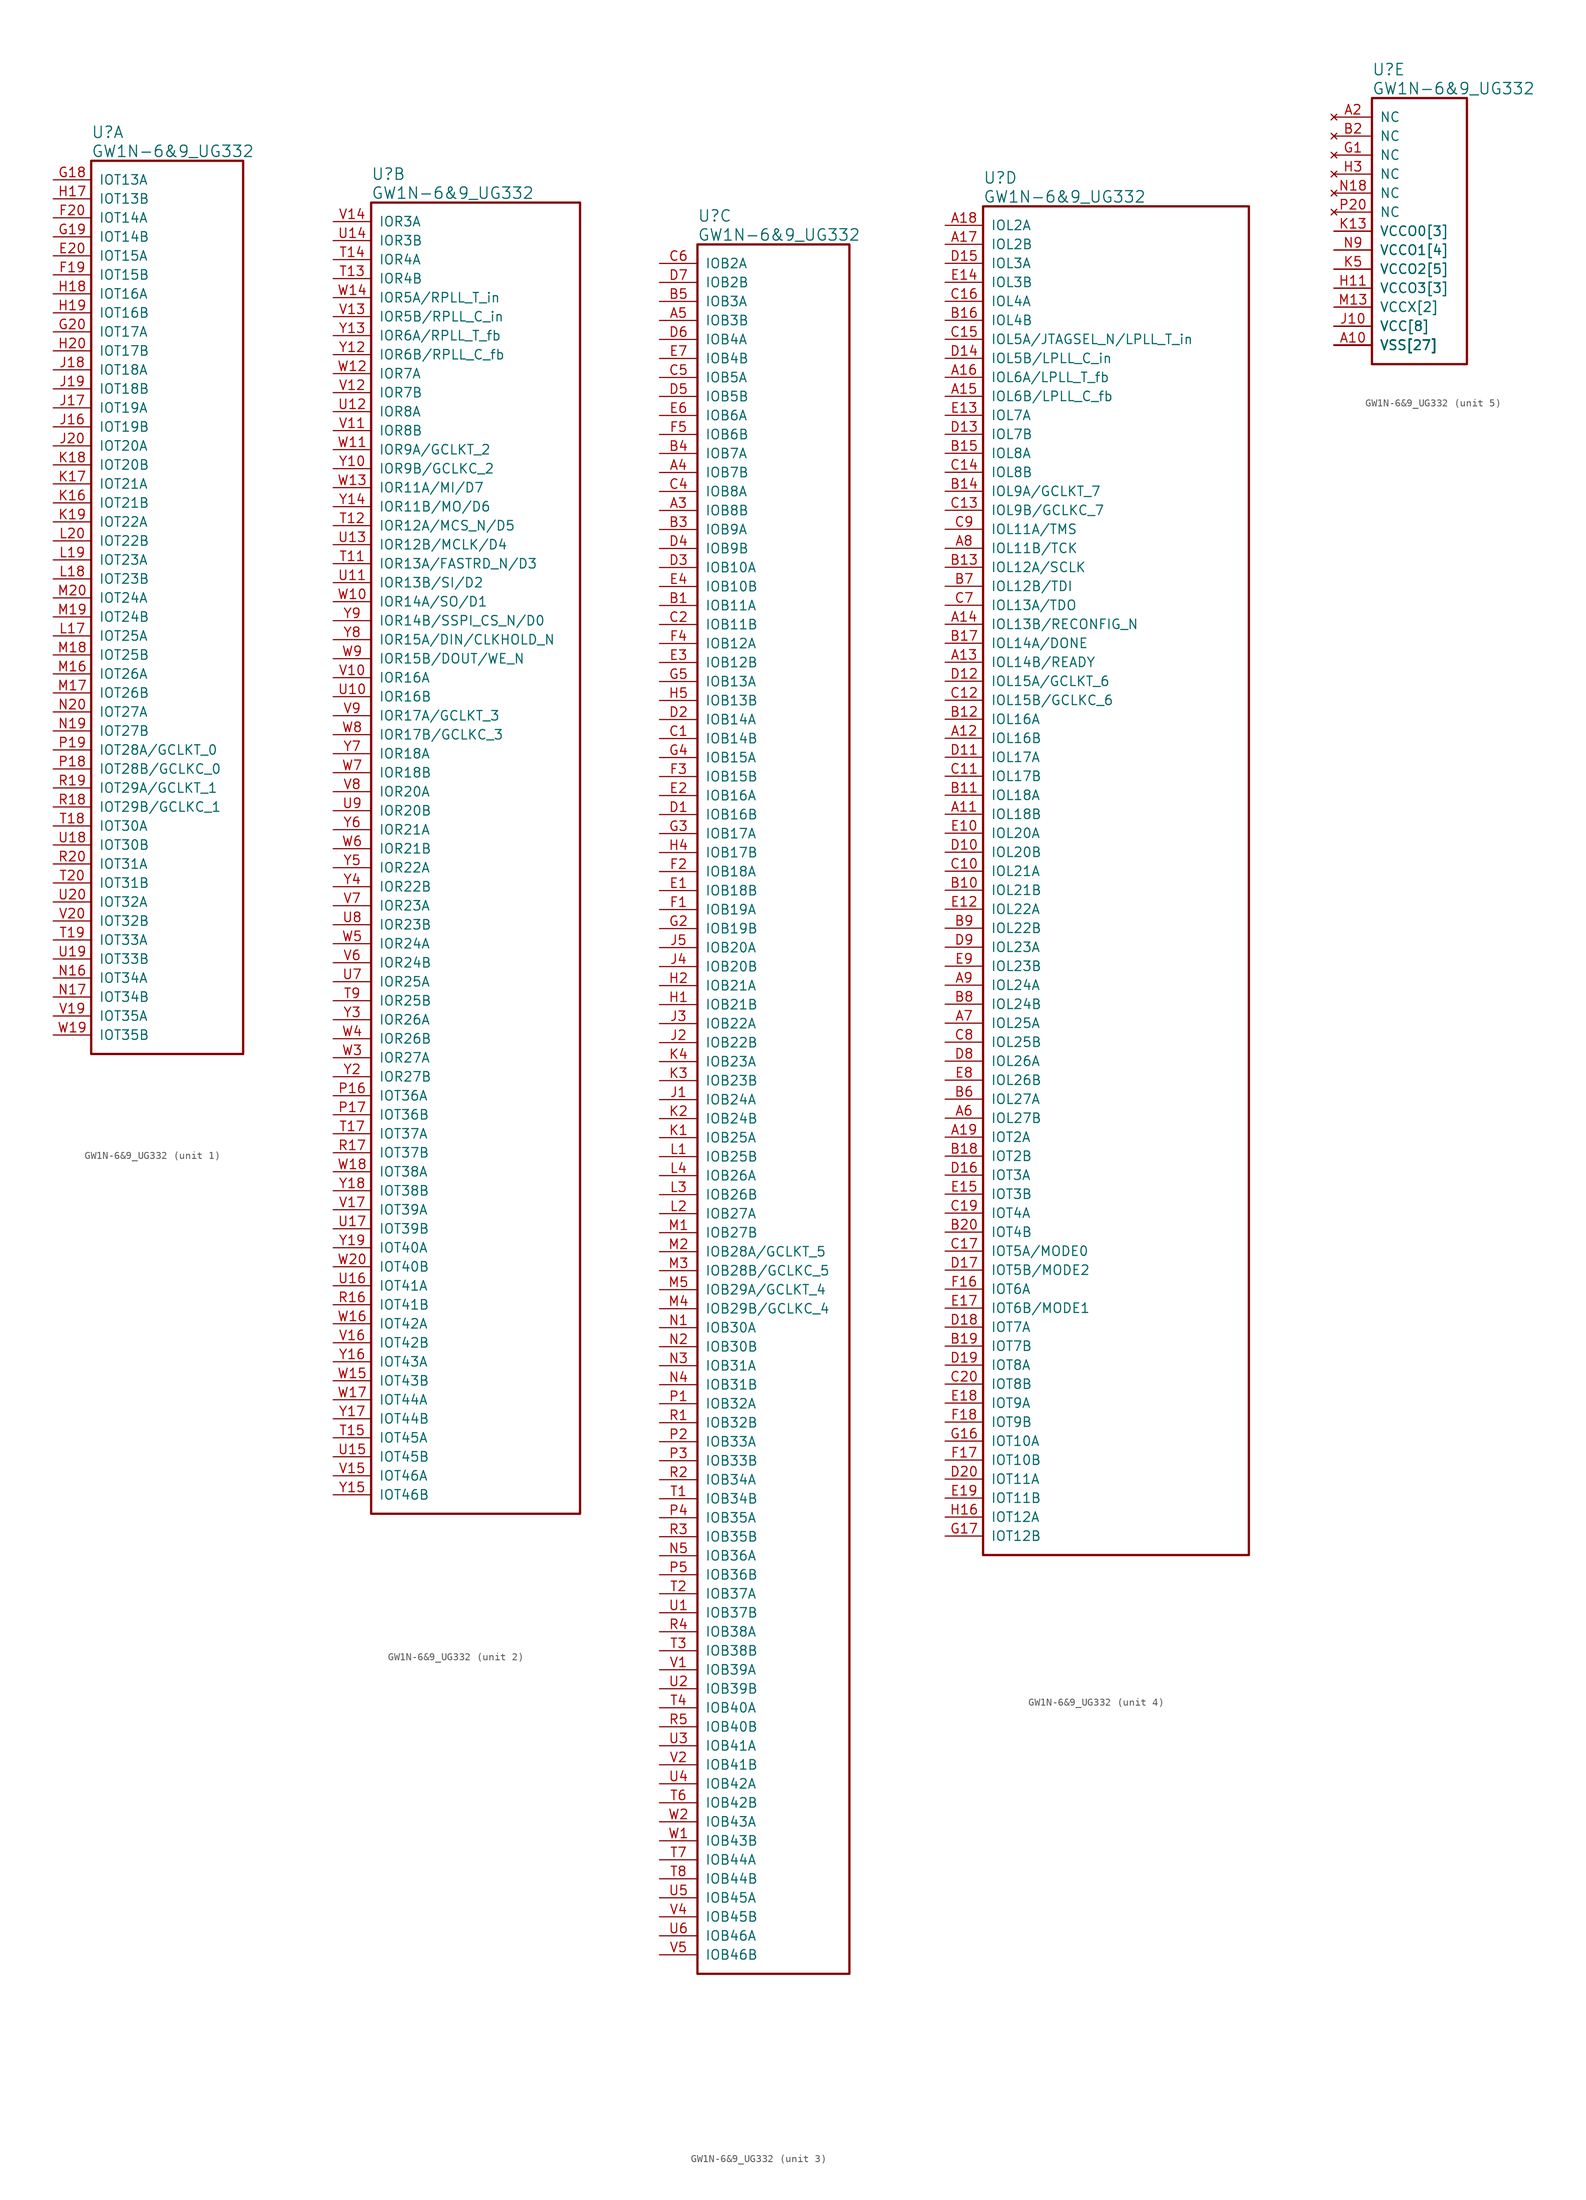
<source format=kicad_sym>
(kicad_symbol_lib
  (version 20220914)
  (generator kicad_symbol_editor)
  (symbol "GW1N-6&9_UG332"
    (pin_names
      (offset 1.016))
    (property "Reference" "U"
      (at 5.08 6.35 0)
      (effects (font (size 1.524 1.524)) (justify left)))
    (property "Value" "GW1N-6&9_UG332"
      (at 5.08 3.81 0)
      (effects (font (size 1.524 1.524)) (justify left)))
    (property "ki_locked" ""
      (at 0 0 0)
      (effects (font (size 1.27 1.27))))
    (symbol "GW1N-6&9_UG332_1_1"
      (rectangle (start 5.08 2.54) (end 25.4 -116.84) (stroke (width 0.305) (type solid)) (fill (type none)))
      (pin bidirectional line (at 0 -10.16 0) (length 5.08) (name "IOT15A" (effects (font (size 1.27 1.27)))) (number "E20" (effects (font (size 1.27 1.27)))))
      (pin bidirectional line (at 0 -12.7 0) (length 5.08) (name "IOT15B" (effects (font (size 1.27 1.27)))) (number "F19" (effects (font (size 1.27 1.27)))))
      (pin bidirectional line (at 0 -5.08 0) (length 5.08) (name "IOT14A" (effects (font (size 1.27 1.27)))) (number "F20" (effects (font (size 1.27 1.27)))))
      (pin bidirectional line (at 0 0 0) (length 5.08) (name "IOT13A" (effects (font (size 1.27 1.27)))) (number "G18" (effects (font (size 1.27 1.27)))))
      (pin bidirectional line (at 0 -7.62 0) (length 5.08) (name "IOT14B" (effects (font (size 1.27 1.27)))) (number "G19" (effects (font (size 1.27 1.27)))))
      (pin bidirectional line (at 0 -20.32 0) (length 5.08) (name "IOT17A" (effects (font (size 1.27 1.27)))) (number "G20" (effects (font (size 1.27 1.27)))))
      (pin bidirectional line (at 0 -2.54 0) (length 5.08) (name "IOT13B" (effects (font (size 1.27 1.27)))) (number "H17" (effects (font (size 1.27 1.27)))))
      (pin bidirectional line (at 0 -15.24 0) (length 5.08) (name "IOT16A" (effects (font (size 1.27 1.27)))) (number "H18" (effects (font (size 1.27 1.27)))))
      (pin bidirectional line (at 0 -17.78 0) (length 5.08) (name "IOT16B" (effects (font (size 1.27 1.27)))) (number "H19" (effects (font (size 1.27 1.27)))))
      (pin bidirectional line (at 0 -22.86 0) (length 5.08) (name "IOT17B" (effects (font (size 1.27 1.27)))) (number "H20" (effects (font (size 1.27 1.27)))))
      (pin bidirectional line (at 0 -33.02 0) (length 5.08) (name "IOT19B" (effects (font (size 1.27 1.27)))) (number "J16" (effects (font (size 1.27 1.27)))))
      (pin bidirectional line (at 0 -30.48 0) (length 5.08) (name "IOT19A" (effects (font (size 1.27 1.27)))) (number "J17" (effects (font (size 1.27 1.27)))))
      (pin bidirectional line (at 0 -25.4 0) (length 5.08) (name "IOT18A" (effects (font (size 1.27 1.27)))) (number "J18" (effects (font (size 1.27 1.27)))))
      (pin bidirectional line (at 0 -27.94 0) (length 5.08) (name "IOT18B" (effects (font (size 1.27 1.27)))) (number "J19" (effects (font (size 1.27 1.27)))))
      (pin bidirectional line (at 0 -35.56 0) (length 5.08) (name "IOT20A" (effects (font (size 1.27 1.27)))) (number "J20" (effects (font (size 1.27 1.27)))))
      (pin bidirectional line (at 0 -43.18 0) (length 5.08) (name "IOT21B" (effects (font (size 1.27 1.27)))) (number "K16" (effects (font (size 1.27 1.27)))))
      (pin bidirectional line (at 0 -40.64 0) (length 5.08) (name "IOT21A" (effects (font (size 1.27 1.27)))) (number "K17" (effects (font (size 1.27 1.27)))))
      (pin bidirectional line (at 0 -38.1 0) (length 5.08) (name "IOT20B" (effects (font (size 1.27 1.27)))) (number "K18" (effects (font (size 1.27 1.27)))))
      (pin bidirectional line (at 0 -45.72 0) (length 5.08) (name "IOT22A" (effects (font (size 1.27 1.27)))) (number "K19" (effects (font (size 1.27 1.27)))))
      (pin bidirectional line (at 0 -60.96 0) (length 5.08) (name "IOT25A" (effects (font (size 1.27 1.27)))) (number "L17" (effects (font (size 1.27 1.27)))))
      (pin bidirectional line (at 0 -53.34 0) (length 5.08) (name "IOT23B" (effects (font (size 1.27 1.27)))) (number "L18" (effects (font (size 1.27 1.27)))))
      (pin bidirectional line (at 0 -50.8 0) (length 5.08) (name "IOT23A" (effects (font (size 1.27 1.27)))) (number "L19" (effects (font (size 1.27 1.27)))))
      (pin bidirectional line (at 0 -48.26 0) (length 5.08) (name "IOT22B" (effects (font (size 1.27 1.27)))) (number "L20" (effects (font (size 1.27 1.27)))))
      (pin bidirectional line (at 0 -66.04 0) (length 5.08) (name "IOT26A" (effects (font (size 1.27 1.27)))) (number "M16" (effects (font (size 1.27 1.27)))))
      (pin bidirectional line (at 0 -68.58 0) (length 5.08) (name "IOT26B" (effects (font (size 1.27 1.27)))) (number "M17" (effects (font (size 1.27 1.27)))))
      (pin bidirectional line (at 0 -63.5 0) (length 5.08) (name "IOT25B" (effects (font (size 1.27 1.27)))) (number "M18" (effects (font (size 1.27 1.27)))))
      (pin bidirectional line (at 0 -58.42 0) (length 5.08) (name "IOT24B" (effects (font (size 1.27 1.27)))) (number "M19" (effects (font (size 1.27 1.27)))))
      (pin bidirectional line (at 0 -55.88 0) (length 5.08) (name "IOT24A" (effects (font (size 1.27 1.27)))) (number "M20" (effects (font (size 1.27 1.27)))))
      (pin bidirectional line (at 0 -106.68 0) (length 5.08) (name "IOT34A" (effects (font (size 1.27 1.27)))) (number "N16" (effects (font (size 1.27 1.27)))))
      (pin bidirectional line (at 0 -109.22 0) (length 5.08) (name "IOT34B" (effects (font (size 1.27 1.27)))) (number "N17" (effects (font (size 1.27 1.27)))))
      (pin bidirectional line (at 0 -73.66 0) (length 5.08) (name "IOT27B" (effects (font (size 1.27 1.27)))) (number "N19" (effects (font (size 1.27 1.27)))))
      (pin bidirectional line (at 0 -71.12 0) (length 5.08) (name "IOT27A" (effects (font (size 1.27 1.27)))) (number "N20" (effects (font (size 1.27 1.27)))))
      (pin bidirectional line (at 0 -78.74 0) (length 5.08) (name "IOT28B/GCLKC_0" (effects (font (size 1.27 1.27)))) (number "P18" (effects (font (size 1.27 1.27)))))
      (pin bidirectional line (at 0 -76.2 0) (length 5.08) (name "IOT28A/GCLKT_0" (effects (font (size 1.27 1.27)))) (number "P19" (effects (font (size 1.27 1.27)))))
      (pin bidirectional line (at 0 -83.82 0) (length 5.08) (name "IOT29B/GCLKC_1" (effects (font (size 1.27 1.27)))) (number "R18" (effects (font (size 1.27 1.27)))))
      (pin bidirectional line (at 0 -81.28 0) (length 5.08) (name "IOT29A/GCLKT_1" (effects (font (size 1.27 1.27)))) (number "R19" (effects (font (size 1.27 1.27)))))
      (pin bidirectional line (at 0 -91.44 0) (length 5.08) (name "IOT31A" (effects (font (size 1.27 1.27)))) (number "R20" (effects (font (size 1.27 1.27)))))
      (pin bidirectional line (at 0 -86.36 0) (length 5.08) (name "IOT30A" (effects (font (size 1.27 1.27)))) (number "T18" (effects (font (size 1.27 1.27)))))
      (pin bidirectional line (at 0 -101.6 0) (length 5.08) (name "IOT33A" (effects (font (size 1.27 1.27)))) (number "T19" (effects (font (size 1.27 1.27)))))
      (pin bidirectional line (at 0 -93.98 0) (length 5.08) (name "IOT31B" (effects (font (size 1.27 1.27)))) (number "T20" (effects (font (size 1.27 1.27)))))
      (pin bidirectional line (at 0 -88.9 0) (length 5.08) (name "IOT30B" (effects (font (size 1.27 1.27)))) (number "U18" (effects (font (size 1.27 1.27)))))
      (pin bidirectional line (at 0 -104.14 0) (length 5.08) (name "IOT33B" (effects (font (size 1.27 1.27)))) (number "U19" (effects (font (size 1.27 1.27)))))
      (pin bidirectional line (at 0 -96.52 0) (length 5.08) (name "IOT32A" (effects (font (size 1.27 1.27)))) (number "U20" (effects (font (size 1.27 1.27)))))
      (pin bidirectional line (at 0 -111.76 0) (length 5.08) (name "IOT35A" (effects (font (size 1.27 1.27)))) (number "V19" (effects (font (size 1.27 1.27)))))
      (pin bidirectional line (at 0 -99.06 0) (length 5.08) (name "IOT32B" (effects (font (size 1.27 1.27)))) (number "V20" (effects (font (size 1.27 1.27)))))
      (pin bidirectional line (at 0 -114.3 0) (length 5.08) (name "IOT35B" (effects (font (size 1.27 1.27)))) (number "W19" (effects (font (size 1.27 1.27))))))
    (symbol "GW1N-6&9_UG332_2_1"
      (rectangle (start 5.08 2.54) (end 33.02 -172.72) (stroke (width 0.305) (type solid)) (fill (type none)))
      (pin bidirectional line (at 0 -116.84 0) (length 5.08) (name "IOT36A" (effects (font (size 1.27 1.27)))) (number "P16" (effects (font (size 1.27 1.27)))))
      (pin bidirectional line (at 0 -119.38 0) (length 5.08) (name "IOT36B" (effects (font (size 1.27 1.27)))) (number "P17" (effects (font (size 1.27 1.27)))))
      (pin bidirectional line (at 0 -144.78 0) (length 5.08) (name "IOT41B" (effects (font (size 1.27 1.27)))) (number "R16" (effects (font (size 1.27 1.27)))))
      (pin bidirectional line (at 0 -124.46 0) (length 5.08) (name "IOT37B" (effects (font (size 1.27 1.27)))) (number "R17" (effects (font (size 1.27 1.27)))))
      (pin bidirectional line (at 0 -45.72 0) (length 5.08) (name "IOR13A/FASTRD_N/D3" (effects (font (size 1.27 1.27)))) (number "T11" (effects (font (size 1.27 1.27)))))
      (pin bidirectional line (at 0 -40.64 0) (length 5.08) (name "IOR12A/MCS_N/D5" (effects (font (size 1.27 1.27)))) (number "T12" (effects (font (size 1.27 1.27)))))
      (pin bidirectional line (at 0 -7.62 0) (length 5.08) (name "IOR4B" (effects (font (size 1.27 1.27)))) (number "T13" (effects (font (size 1.27 1.27)))))
      (pin bidirectional line (at 0 -5.08 0) (length 5.08) (name "IOR4A" (effects (font (size 1.27 1.27)))) (number "T14" (effects (font (size 1.27 1.27)))))
      (pin bidirectional line (at 0 -162.56 0) (length 5.08) (name "IOT45A" (effects (font (size 1.27 1.27)))) (number "T15" (effects (font (size 1.27 1.27)))))
      (pin bidirectional line (at 0 -121.92 0) (length 5.08) (name "IOT37A" (effects (font (size 1.27 1.27)))) (number "T17" (effects (font (size 1.27 1.27)))))
      (pin bidirectional line (at 0 -104.14 0) (length 5.08) (name "IOR25B" (effects (font (size 1.27 1.27)))) (number "T9" (effects (font (size 1.27 1.27)))))
      (pin bidirectional line (at 0 -63.5 0) (length 5.08) (name "IOR16B" (effects (font (size 1.27 1.27)))) (number "U10" (effects (font (size 1.27 1.27)))))
      (pin bidirectional line (at 0 -48.26 0) (length 5.08) (name "IOR13B/SI/D2" (effects (font (size 1.27 1.27)))) (number "U11" (effects (font (size 1.27 1.27)))))
      (pin bidirectional line (at 0 -25.4 0) (length 5.08) (name "IOR8A" (effects (font (size 1.27 1.27)))) (number "U12" (effects (font (size 1.27 1.27)))))
      (pin bidirectional line (at 0 -43.18 0) (length 5.08) (name "IOR12B/MCLK/D4" (effects (font (size 1.27 1.27)))) (number "U13" (effects (font (size 1.27 1.27)))))
      (pin bidirectional line (at 0 -2.54 0) (length 5.08) (name "IOR3B" (effects (font (size 1.27 1.27)))) (number "U14" (effects (font (size 1.27 1.27)))))
      (pin bidirectional line (at 0 -165.1 0) (length 5.08) (name "IOT45B" (effects (font (size 1.27 1.27)))) (number "U15" (effects (font (size 1.27 1.27)))))
      (pin bidirectional line (at 0 -142.24 0) (length 5.08) (name "IOT41A" (effects (font (size 1.27 1.27)))) (number "U16" (effects (font (size 1.27 1.27)))))
      (pin bidirectional line (at 0 -134.62 0) (length 5.08) (name "IOT39B" (effects (font (size 1.27 1.27)))) (number "U17" (effects (font (size 1.27 1.27)))))
      (pin bidirectional line (at 0 -101.6 0) (length 5.08) (name "IOR25A" (effects (font (size 1.27 1.27)))) (number "U7" (effects (font (size 1.27 1.27)))))
      (pin bidirectional line (at 0 -93.98 0) (length 5.08) (name "IOR23B" (effects (font (size 1.27 1.27)))) (number "U8" (effects (font (size 1.27 1.27)))))
      (pin bidirectional line (at 0 -78.74 0) (length 5.08) (name "IOR20B" (effects (font (size 1.27 1.27)))) (number "U9" (effects (font (size 1.27 1.27)))))
      (pin bidirectional line (at 0 -60.96 0) (length 5.08) (name "IOR16A" (effects (font (size 1.27 1.27)))) (number "V10" (effects (font (size 1.27 1.27)))))
      (pin bidirectional line (at 0 -27.94 0) (length 5.08) (name "IOR8B" (effects (font (size 1.27 1.27)))) (number "V11" (effects (font (size 1.27 1.27)))))
      (pin bidirectional line (at 0 -22.86 0) (length 5.08) (name "IOR7B" (effects (font (size 1.27 1.27)))) (number "V12" (effects (font (size 1.27 1.27)))))
      (pin bidirectional line (at 0 -12.7 0) (length 5.08) (name "IOR5B/RPLL_C_in" (effects (font (size 1.27 1.27)))) (number "V13" (effects (font (size 1.27 1.27)))))
      (pin bidirectional line (at 0 0 0) (length 5.08) (name "IOR3A" (effects (font (size 1.27 1.27)))) (number "V14" (effects (font (size 1.27 1.27)))))
      (pin bidirectional line (at 0 -167.64 0) (length 5.08) (name "IOT46A" (effects (font (size 1.27 1.27)))) (number "V15" (effects (font (size 1.27 1.27)))))
      (pin bidirectional line (at 0 -149.86 0) (length 5.08) (name "IOT42B" (effects (font (size 1.27 1.27)))) (number "V16" (effects (font (size 1.27 1.27)))))
      (pin bidirectional line (at 0 -132.08 0) (length 5.08) (name "IOT39A" (effects (font (size 1.27 1.27)))) (number "V17" (effects (font (size 1.27 1.27)))))
      (pin bidirectional line (at 0 -99.06 0) (length 5.08) (name "IOR24B" (effects (font (size 1.27 1.27)))) (number "V6" (effects (font (size 1.27 1.27)))))
      (pin bidirectional line (at 0 -91.44 0) (length 5.08) (name "IOR23A" (effects (font (size 1.27 1.27)))) (number "V7" (effects (font (size 1.27 1.27)))))
      (pin bidirectional line (at 0 -76.2 0) (length 5.08) (name "IOR20A" (effects (font (size 1.27 1.27)))) (number "V8" (effects (font (size 1.27 1.27)))))
      (pin bidirectional line (at 0 -66.04 0) (length 5.08) (name "IOR17A/GCLKT_3" (effects (font (size 1.27 1.27)))) (number "V9" (effects (font (size 1.27 1.27)))))
      (pin bidirectional line (at 0 -50.8 0) (length 5.08) (name "IOR14A/SO/D1" (effects (font (size 1.27 1.27)))) (number "W10" (effects (font (size 1.27 1.27)))))
      (pin bidirectional line (at 0 -30.48 0) (length 5.08) (name "IOR9A/GCLKT_2" (effects (font (size 1.27 1.27)))) (number "W11" (effects (font (size 1.27 1.27)))))
      (pin bidirectional line (at 0 -20.32 0) (length 5.08) (name "IOR7A" (effects (font (size 1.27 1.27)))) (number "W12" (effects (font (size 1.27 1.27)))))
      (pin bidirectional line (at 0 -35.56 0) (length 5.08) (name "IOR11A/MI/D7" (effects (font (size 1.27 1.27)))) (number "W13" (effects (font (size 1.27 1.27)))))
      (pin bidirectional line (at 0 -10.16 0) (length 5.08) (name "IOR5A/RPLL_T_in" (effects (font (size 1.27 1.27)))) (number "W14" (effects (font (size 1.27 1.27)))))
      (pin bidirectional line (at 0 -154.94 0) (length 5.08) (name "IOT43B" (effects (font (size 1.27 1.27)))) (number "W15" (effects (font (size 1.27 1.27)))))
      (pin bidirectional line (at 0 -147.32 0) (length 5.08) (name "IOT42A" (effects (font (size 1.27 1.27)))) (number "W16" (effects (font (size 1.27 1.27)))))
      (pin bidirectional line (at 0 -157.48 0) (length 5.08) (name "IOT44A" (effects (font (size 1.27 1.27)))) (number "W17" (effects (font (size 1.27 1.27)))))
      (pin bidirectional line (at 0 -127 0) (length 5.08) (name "IOT38A" (effects (font (size 1.27 1.27)))) (number "W18" (effects (font (size 1.27 1.27)))))
      (pin bidirectional line (at 0 -139.7 0) (length 5.08) (name "IOT40B" (effects (font (size 1.27 1.27)))) (number "W20" (effects (font (size 1.27 1.27)))))
      (pin bidirectional line (at 0 -111.76 0) (length 5.08) (name "IOR27A" (effects (font (size 1.27 1.27)))) (number "W3" (effects (font (size 1.27 1.27)))))
      (pin bidirectional line (at 0 -109.22 0) (length 5.08) (name "IOR26B" (effects (font (size 1.27 1.27)))) (number "W4" (effects (font (size 1.27 1.27)))))
      (pin bidirectional line (at 0 -96.52 0) (length 5.08) (name "IOR24A" (effects (font (size 1.27 1.27)))) (number "W5" (effects (font (size 1.27 1.27)))))
      (pin bidirectional line (at 0 -83.82 0) (length 5.08) (name "IOR21B" (effects (font (size 1.27 1.27)))) (number "W6" (effects (font (size 1.27 1.27)))))
      (pin bidirectional line (at 0 -73.66 0) (length 5.08) (name "IOR18B" (effects (font (size 1.27 1.27)))) (number "W7" (effects (font (size 1.27 1.27)))))
      (pin bidirectional line (at 0 -68.58 0) (length 5.08) (name "IOR17B/GCLKC_3" (effects (font (size 1.27 1.27)))) (number "W8" (effects (font (size 1.27 1.27)))))
      (pin bidirectional line (at 0 -58.42 0) (length 5.08) (name "IOR15B/DOUT/WE_N" (effects (font (size 1.27 1.27)))) (number "W9" (effects (font (size 1.27 1.27)))))
      (pin bidirectional line (at 0 -33.02 0) (length 5.08) (name "IOR9B/GCLKC_2" (effects (font (size 1.27 1.27)))) (number "Y10" (effects (font (size 1.27 1.27)))))
      (pin bidirectional line (at 0 -17.78 0) (length 5.08) (name "IOR6B/RPLL_C_fb" (effects (font (size 1.27 1.27)))) (number "Y12" (effects (font (size 1.27 1.27)))))
      (pin bidirectional line (at 0 -15.24 0) (length 5.08) (name "IOR6A/RPLL_T_fb" (effects (font (size 1.27 1.27)))) (number "Y13" (effects (font (size 1.27 1.27)))))
      (pin bidirectional line (at 0 -38.1 0) (length 5.08) (name "IOR11B/MO/D6" (effects (font (size 1.27 1.27)))) (number "Y14" (effects (font (size 1.27 1.27)))))
      (pin bidirectional line (at 0 -170.18 0) (length 5.08) (name "IOT46B" (effects (font (size 1.27 1.27)))) (number "Y15" (effects (font (size 1.27 1.27)))))
      (pin bidirectional line (at 0 -152.4 0) (length 5.08) (name "IOT43A" (effects (font (size 1.27 1.27)))) (number "Y16" (effects (font (size 1.27 1.27)))))
      (pin bidirectional line (at 0 -160.02 0) (length 5.08) (name "IOT44B" (effects (font (size 1.27 1.27)))) (number "Y17" (effects (font (size 1.27 1.27)))))
      (pin bidirectional line (at 0 -129.54 0) (length 5.08) (name "IOT38B" (effects (font (size 1.27 1.27)))) (number "Y18" (effects (font (size 1.27 1.27)))))
      (pin bidirectional line (at 0 -137.16 0) (length 5.08) (name "IOT40A" (effects (font (size 1.27 1.27)))) (number "Y19" (effects (font (size 1.27 1.27)))))
      (pin bidirectional line (at 0 -114.3 0) (length 5.08) (name "IOR27B" (effects (font (size 1.27 1.27)))) (number "Y2" (effects (font (size 1.27 1.27)))))
      (pin bidirectional line (at 0 -106.68 0) (length 5.08) (name "IOR26A" (effects (font (size 1.27 1.27)))) (number "Y3" (effects (font (size 1.27 1.27)))))
      (pin bidirectional line (at 0 -88.9 0) (length 5.08) (name "IOR22B" (effects (font (size 1.27 1.27)))) (number "Y4" (effects (font (size 1.27 1.27)))))
      (pin bidirectional line (at 0 -86.36 0) (length 5.08) (name "IOR22A" (effects (font (size 1.27 1.27)))) (number "Y5" (effects (font (size 1.27 1.27)))))
      (pin bidirectional line (at 0 -81.28 0) (length 5.08) (name "IOR21A" (effects (font (size 1.27 1.27)))) (number "Y6" (effects (font (size 1.27 1.27)))))
      (pin bidirectional line (at 0 -71.12 0) (length 5.08) (name "IOR18A" (effects (font (size 1.27 1.27)))) (number "Y7" (effects (font (size 1.27 1.27)))))
      (pin bidirectional line (at 0 -55.88 0) (length 5.08) (name "IOR15A/DIN/CLKHOLD_N" (effects (font (size 1.27 1.27)))) (number "Y8" (effects (font (size 1.27 1.27)))))
      (pin bidirectional line (at 0 -53.34 0) (length 5.08) (name "IOR14B/SSPI_CS_N/D0" (effects (font (size 1.27 1.27)))) (number "Y9" (effects (font (size 1.27 1.27))))))
    (symbol "GW1N-6&9_UG332_3_1"
      (rectangle (start 5.08 2.54) (end 25.4 -228.6) (stroke (width 0.305) (type solid)) (fill (type none)))
      (pin bidirectional line (at 0 -33.02 0) (length 5.08) (name "IOB8B" (effects (font (size 1.27 1.27)))) (number "A3" (effects (font (size 1.27 1.27)))))
      (pin bidirectional line (at 0 -27.94 0) (length 5.08) (name "IOB7B" (effects (font (size 1.27 1.27)))) (number "A4" (effects (font (size 1.27 1.27)))))
      (pin bidirectional line (at 0 -7.62 0) (length 5.08) (name "IOB3B" (effects (font (size 1.27 1.27)))) (number "A5" (effects (font (size 1.27 1.27)))))
      (pin bidirectional line (at 0 -45.72 0) (length 5.08) (name "IOB11A" (effects (font (size 1.27 1.27)))) (number "B1" (effects (font (size 1.27 1.27)))))
      (pin bidirectional line (at 0 -35.56 0) (length 5.08) (name "IOB9A" (effects (font (size 1.27 1.27)))) (number "B3" (effects (font (size 1.27 1.27)))))
      (pin bidirectional line (at 0 -25.4 0) (length 5.08) (name "IOB7A" (effects (font (size 1.27 1.27)))) (number "B4" (effects (font (size 1.27 1.27)))))
      (pin bidirectional line (at 0 -5.08 0) (length 5.08) (name "IOB3A" (effects (font (size 1.27 1.27)))) (number "B5" (effects (font (size 1.27 1.27)))))
      (pin bidirectional line (at 0 -63.5 0) (length 5.08) (name "IOB14B" (effects (font (size 1.27 1.27)))) (number "C1" (effects (font (size 1.27 1.27)))))
      (pin bidirectional line (at 0 -48.26 0) (length 5.08) (name "IOB11B" (effects (font (size 1.27 1.27)))) (number "C2" (effects (font (size 1.27 1.27)))))
      (pin bidirectional line (at 0 -30.48 0) (length 5.08) (name "IOB8A" (effects (font (size 1.27 1.27)))) (number "C4" (effects (font (size 1.27 1.27)))))
      (pin bidirectional line (at 0 -15.24 0) (length 5.08) (name "IOB5A" (effects (font (size 1.27 1.27)))) (number "C5" (effects (font (size 1.27 1.27)))))
      (pin bidirectional line (at 0 0 0) (length 5.08) (name "IOB2A" (effects (font (size 1.27 1.27)))) (number "C6" (effects (font (size 1.27 1.27)))))
      (pin bidirectional line (at 0 -73.66 0) (length 5.08) (name "IOB16B" (effects (font (size 1.27 1.27)))) (number "D1" (effects (font (size 1.27 1.27)))))
      (pin bidirectional line (at 0 -60.96 0) (length 5.08) (name "IOB14A" (effects (font (size 1.27 1.27)))) (number "D2" (effects (font (size 1.27 1.27)))))
      (pin bidirectional line (at 0 -40.64 0) (length 5.08) (name "IOB10A" (effects (font (size 1.27 1.27)))) (number "D3" (effects (font (size 1.27 1.27)))))
      (pin bidirectional line (at 0 -38.1 0) (length 5.08) (name "IOB9B" (effects (font (size 1.27 1.27)))) (number "D4" (effects (font (size 1.27 1.27)))))
      (pin bidirectional line (at 0 -17.78 0) (length 5.08) (name "IOB5B" (effects (font (size 1.27 1.27)))) (number "D5" (effects (font (size 1.27 1.27)))))
      (pin bidirectional line (at 0 -10.16 0) (length 5.08) (name "IOB4A" (effects (font (size 1.27 1.27)))) (number "D6" (effects (font (size 1.27 1.27)))))
      (pin bidirectional line (at 0 -2.54 0) (length 5.08) (name "IOB2B" (effects (font (size 1.27 1.27)))) (number "D7" (effects (font (size 1.27 1.27)))))
      (pin bidirectional line (at 0 -83.82 0) (length 5.08) (name "IOB18B" (effects (font (size 1.27 1.27)))) (number "E1" (effects (font (size 1.27 1.27)))))
      (pin bidirectional line (at 0 -71.12 0) (length 5.08) (name "IOB16A" (effects (font (size 1.27 1.27)))) (number "E2" (effects (font (size 1.27 1.27)))))
      (pin bidirectional line (at 0 -53.34 0) (length 5.08) (name "IOB12B" (effects (font (size 1.27 1.27)))) (number "E3" (effects (font (size 1.27 1.27)))))
      (pin bidirectional line (at 0 -43.18 0) (length 5.08) (name "IOB10B" (effects (font (size 1.27 1.27)))) (number "E4" (effects (font (size 1.27 1.27)))))
      (pin bidirectional line (at 0 -20.32 0) (length 5.08) (name "IOB6A" (effects (font (size 1.27 1.27)))) (number "E6" (effects (font (size 1.27 1.27)))))
      (pin bidirectional line (at 0 -12.7 0) (length 5.08) (name "IOB4B" (effects (font (size 1.27 1.27)))) (number "E7" (effects (font (size 1.27 1.27)))))
      (pin bidirectional line (at 0 -86.36 0) (length 5.08) (name "IOB19A" (effects (font (size 1.27 1.27)))) (number "F1" (effects (font (size 1.27 1.27)))))
      (pin bidirectional line (at 0 -81.28 0) (length 5.08) (name "IOB18A" (effects (font (size 1.27 1.27)))) (number "F2" (effects (font (size 1.27 1.27)))))
      (pin bidirectional line (at 0 -68.58 0) (length 5.08) (name "IOB15B" (effects (font (size 1.27 1.27)))) (number "F3" (effects (font (size 1.27 1.27)))))
      (pin bidirectional line (at 0 -50.8 0) (length 5.08) (name "IOB12A" (effects (font (size 1.27 1.27)))) (number "F4" (effects (font (size 1.27 1.27)))))
      (pin bidirectional line (at 0 -22.86 0) (length 5.08) (name "IOB6B" (effects (font (size 1.27 1.27)))) (number "F5" (effects (font (size 1.27 1.27)))))
      (pin bidirectional line (at 0 -88.9 0) (length 5.08) (name "IOB19B" (effects (font (size 1.27 1.27)))) (number "G2" (effects (font (size 1.27 1.27)))))
      (pin bidirectional line (at 0 -76.2 0) (length 5.08) (name "IOB17A" (effects (font (size 1.27 1.27)))) (number "G3" (effects (font (size 1.27 1.27)))))
      (pin bidirectional line (at 0 -66.04 0) (length 5.08) (name "IOB15A" (effects (font (size 1.27 1.27)))) (number "G4" (effects (font (size 1.27 1.27)))))
      (pin bidirectional line (at 0 -55.88 0) (length 5.08) (name "IOB13A" (effects (font (size 1.27 1.27)))) (number "G5" (effects (font (size 1.27 1.27)))))
      (pin bidirectional line (at 0 -99.06 0) (length 5.08) (name "IOB21B" (effects (font (size 1.27 1.27)))) (number "H1" (effects (font (size 1.27 1.27)))))
      (pin bidirectional line (at 0 -96.52 0) (length 5.08) (name "IOB21A" (effects (font (size 1.27 1.27)))) (number "H2" (effects (font (size 1.27 1.27)))))
      (pin bidirectional line (at 0 -78.74 0) (length 5.08) (name "IOB17B" (effects (font (size 1.27 1.27)))) (number "H4" (effects (font (size 1.27 1.27)))))
      (pin bidirectional line (at 0 -58.42 0) (length 5.08) (name "IOB13B" (effects (font (size 1.27 1.27)))) (number "H5" (effects (font (size 1.27 1.27)))))
      (pin bidirectional line (at 0 -111.76 0) (length 5.08) (name "IOB24A" (effects (font (size 1.27 1.27)))) (number "J1" (effects (font (size 1.27 1.27)))))
      (pin bidirectional line (at 0 -104.14 0) (length 5.08) (name "IOB22B" (effects (font (size 1.27 1.27)))) (number "J2" (effects (font (size 1.27 1.27)))))
      (pin bidirectional line (at 0 -101.6 0) (length 5.08) (name "IOB22A" (effects (font (size 1.27 1.27)))) (number "J3" (effects (font (size 1.27 1.27)))))
      (pin bidirectional line (at 0 -93.98 0) (length 5.08) (name "IOB20B" (effects (font (size 1.27 1.27)))) (number "J4" (effects (font (size 1.27 1.27)))))
      (pin bidirectional line (at 0 -91.44 0) (length 5.08) (name "IOB20A" (effects (font (size 1.27 1.27)))) (number "J5" (effects (font (size 1.27 1.27)))))
      (pin bidirectional line (at 0 -116.84 0) (length 5.08) (name "IOB25A" (effects (font (size 1.27 1.27)))) (number "K1" (effects (font (size 1.27 1.27)))))
      (pin bidirectional line (at 0 -114.3 0) (length 5.08) (name "IOB24B" (effects (font (size 1.27 1.27)))) (number "K2" (effects (font (size 1.27 1.27)))))
      (pin bidirectional line (at 0 -109.22 0) (length 5.08) (name "IOB23B" (effects (font (size 1.27 1.27)))) (number "K3" (effects (font (size 1.27 1.27)))))
      (pin bidirectional line (at 0 -106.68 0) (length 5.08) (name "IOB23A" (effects (font (size 1.27 1.27)))) (number "K4" (effects (font (size 1.27 1.27)))))
      (pin bidirectional line (at 0 -119.38 0) (length 5.08) (name "IOB25B" (effects (font (size 1.27 1.27)))) (number "L1" (effects (font (size 1.27 1.27)))))
      (pin bidirectional line (at 0 -127 0) (length 5.08) (name "IOB27A" (effects (font (size 1.27 1.27)))) (number "L2" (effects (font (size 1.27 1.27)))))
      (pin bidirectional line (at 0 -124.46 0) (length 5.08) (name "IOB26B" (effects (font (size 1.27 1.27)))) (number "L3" (effects (font (size 1.27 1.27)))))
      (pin bidirectional line (at 0 -121.92 0) (length 5.08) (name "IOB26A" (effects (font (size 1.27 1.27)))) (number "L4" (effects (font (size 1.27 1.27)))))
      (pin bidirectional line (at 0 -129.54 0) (length 5.08) (name "IOB27B" (effects (font (size 1.27 1.27)))) (number "M1" (effects (font (size 1.27 1.27)))))
      (pin bidirectional line (at 0 -132.08 0) (length 5.08) (name "IOB28A/GCLKT_5" (effects (font (size 1.27 1.27)))) (number "M2" (effects (font (size 1.27 1.27)))))
      (pin bidirectional line (at 0 -134.62 0) (length 5.08) (name "IOB28B/GCLKC_5" (effects (font (size 1.27 1.27)))) (number "M3" (effects (font (size 1.27 1.27)))))
      (pin bidirectional line (at 0 -139.7 0) (length 5.08) (name "IOB29B/GCLKC_4" (effects (font (size 1.27 1.27)))) (number "M4" (effects (font (size 1.27 1.27)))))
      (pin bidirectional line (at 0 -137.16 0) (length 5.08) (name "IOB29A/GCLKT_4" (effects (font (size 1.27 1.27)))) (number "M5" (effects (font (size 1.27 1.27)))))
      (pin bidirectional line (at 0 -142.24 0) (length 5.08) (name "IOB30A" (effects (font (size 1.27 1.27)))) (number "N1" (effects (font (size 1.27 1.27)))))
      (pin bidirectional line (at 0 -144.78 0) (length 5.08) (name "IOB30B" (effects (font (size 1.27 1.27)))) (number "N2" (effects (font (size 1.27 1.27)))))
      (pin bidirectional line (at 0 -147.32 0) (length 5.08) (name "IOB31A" (effects (font (size 1.27 1.27)))) (number "N3" (effects (font (size 1.27 1.27)))))
      (pin bidirectional line (at 0 -149.86 0) (length 5.08) (name "IOB31B" (effects (font (size 1.27 1.27)))) (number "N4" (effects (font (size 1.27 1.27)))))
      (pin bidirectional line (at 0 -172.72 0) (length 5.08) (name "IOB36A" (effects (font (size 1.27 1.27)))) (number "N5" (effects (font (size 1.27 1.27)))))
      (pin bidirectional line (at 0 -152.4 0) (length 5.08) (name "IOB32A" (effects (font (size 1.27 1.27)))) (number "P1" (effects (font (size 1.27 1.27)))))
      (pin bidirectional line (at 0 -157.48 0) (length 5.08) (name "IOB33A" (effects (font (size 1.27 1.27)))) (number "P2" (effects (font (size 1.27 1.27)))))
      (pin bidirectional line (at 0 -160.02 0) (length 5.08) (name "IOB33B" (effects (font (size 1.27 1.27)))) (number "P3" (effects (font (size 1.27 1.27)))))
      (pin bidirectional line (at 0 -167.64 0) (length 5.08) (name "IOB35A" (effects (font (size 1.27 1.27)))) (number "P4" (effects (font (size 1.27 1.27)))))
      (pin bidirectional line (at 0 -175.26 0) (length 5.08) (name "IOB36B" (effects (font (size 1.27 1.27)))) (number "P5" (effects (font (size 1.27 1.27)))))
      (pin bidirectional line (at 0 -154.94 0) (length 5.08) (name "IOB32B" (effects (font (size 1.27 1.27)))) (number "R1" (effects (font (size 1.27 1.27)))))
      (pin bidirectional line (at 0 -162.56 0) (length 5.08) (name "IOB34A" (effects (font (size 1.27 1.27)))) (number "R2" (effects (font (size 1.27 1.27)))))
      (pin bidirectional line (at 0 -170.18 0) (length 5.08) (name "IOB35B" (effects (font (size 1.27 1.27)))) (number "R3" (effects (font (size 1.27 1.27)))))
      (pin bidirectional line (at 0 -182.88 0) (length 5.08) (name "IOB38A" (effects (font (size 1.27 1.27)))) (number "R4" (effects (font (size 1.27 1.27)))))
      (pin bidirectional line (at 0 -195.58 0) (length 5.08) (name "IOB40B" (effects (font (size 1.27 1.27)))) (number "R5" (effects (font (size 1.27 1.27)))))
      (pin bidirectional line (at 0 -165.1 0) (length 5.08) (name "IOB34B" (effects (font (size 1.27 1.27)))) (number "T1" (effects (font (size 1.27 1.27)))))
      (pin bidirectional line (at 0 -177.8 0) (length 5.08) (name "IOB37A" (effects (font (size 1.27 1.27)))) (number "T2" (effects (font (size 1.27 1.27)))))
      (pin bidirectional line (at 0 -185.42 0) (length 5.08) (name "IOB38B" (effects (font (size 1.27 1.27)))) (number "T3" (effects (font (size 1.27 1.27)))))
      (pin bidirectional line (at 0 -193.04 0) (length 5.08) (name "IOB40A" (effects (font (size 1.27 1.27)))) (number "T4" (effects (font (size 1.27 1.27)))))
      (pin bidirectional line (at 0 -205.74 0) (length 5.08) (name "IOB42B" (effects (font (size 1.27 1.27)))) (number "T6" (effects (font (size 1.27 1.27)))))
      (pin bidirectional line (at 0 -213.36 0) (length 5.08) (name "IOB44A" (effects (font (size 1.27 1.27)))) (number "T7" (effects (font (size 1.27 1.27)))))
      (pin bidirectional line (at 0 -215.9 0) (length 5.08) (name "IOB44B" (effects (font (size 1.27 1.27)))) (number "T8" (effects (font (size 1.27 1.27)))))
      (pin bidirectional line (at 0 -180.34 0) (length 5.08) (name "IOB37B" (effects (font (size 1.27 1.27)))) (number "U1" (effects (font (size 1.27 1.27)))))
      (pin bidirectional line (at 0 -190.5 0) (length 5.08) (name "IOB39B" (effects (font (size 1.27 1.27)))) (number "U2" (effects (font (size 1.27 1.27)))))
      (pin bidirectional line (at 0 -198.12 0) (length 5.08) (name "IOB41A" (effects (font (size 1.27 1.27)))) (number "U3" (effects (font (size 1.27 1.27)))))
      (pin bidirectional line (at 0 -203.2 0) (length 5.08) (name "IOB42A" (effects (font (size 1.27 1.27)))) (number "U4" (effects (font (size 1.27 1.27)))))
      (pin bidirectional line (at 0 -218.44 0) (length 5.08) (name "IOB45A" (effects (font (size 1.27 1.27)))) (number "U5" (effects (font (size 1.27 1.27)))))
      (pin bidirectional line (at 0 -223.52 0) (length 5.08) (name "IOB46A" (effects (font (size 1.27 1.27)))) (number "U6" (effects (font (size 1.27 1.27)))))
      (pin bidirectional line (at 0 -187.96 0) (length 5.08) (name "IOB39A" (effects (font (size 1.27 1.27)))) (number "V1" (effects (font (size 1.27 1.27)))))
      (pin bidirectional line (at 0 -200.66 0) (length 5.08) (name "IOB41B" (effects (font (size 1.27 1.27)))) (number "V2" (effects (font (size 1.27 1.27)))))
      (pin bidirectional line (at 0 -220.98 0) (length 5.08) (name "IOB45B" (effects (font (size 1.27 1.27)))) (number "V4" (effects (font (size 1.27 1.27)))))
      (pin bidirectional line (at 0 -226.06 0) (length 5.08) (name "IOB46B" (effects (font (size 1.27 1.27)))) (number "V5" (effects (font (size 1.27 1.27)))))
      (pin bidirectional line (at 0 -210.82 0) (length 5.08) (name "IOB43B" (effects (font (size 1.27 1.27)))) (number "W1" (effects (font (size 1.27 1.27)))))
      (pin bidirectional line (at 0 -208.28 0) (length 5.08) (name "IOB43A" (effects (font (size 1.27 1.27)))) (number "W2" (effects (font (size 1.27 1.27))))))
    (symbol "GW1N-6&9_UG332_4_1"
      (rectangle (start 5.08 2.54) (end 40.64 -177.8) (stroke (width 0.305) (type solid)) (fill (type none)))
      (pin bidirectional line (at 0 -78.74 0) (length 5.08) (name "IOL18B" (effects (font (size 1.27 1.27)))) (number "A11" (effects (font (size 1.27 1.27)))))
      (pin bidirectional line (at 0 -68.58 0) (length 5.08) (name "IOL16B" (effects (font (size 1.27 1.27)))) (number "A12" (effects (font (size 1.27 1.27)))))
      (pin bidirectional line (at 0 -58.42 0) (length 5.08) (name "IOL14B/READY" (effects (font (size 1.27 1.27)))) (number "A13" (effects (font (size 1.27 1.27)))))
      (pin bidirectional line (at 0 -53.34 0) (length 5.08) (name "IOL13B/RECONFIG_N" (effects (font (size 1.27 1.27)))) (number "A14" (effects (font (size 1.27 1.27)))))
      (pin bidirectional line (at 0 -22.86 0) (length 5.08) (name "IOL6B/LPLL_C_fb" (effects (font (size 1.27 1.27)))) (number "A15" (effects (font (size 1.27 1.27)))))
      (pin bidirectional line (at 0 -20.32 0) (length 5.08) (name "IOL6A/LPLL_T_fb" (effects (font (size 1.27 1.27)))) (number "A16" (effects (font (size 1.27 1.27)))))
      (pin bidirectional line (at 0 -2.54 0) (length 5.08) (name "IOL2B" (effects (font (size 1.27 1.27)))) (number "A17" (effects (font (size 1.27 1.27)))))
      (pin bidirectional line (at 0 0 0) (length 5.08) (name "IOL2A" (effects (font (size 1.27 1.27)))) (number "A18" (effects (font (size 1.27 1.27)))))
      (pin bidirectional line (at 0 -121.92 0) (length 5.08) (name "IOT2A" (effects (font (size 1.27 1.27)))) (number "A19" (effects (font (size 1.27 1.27)))))
      (pin bidirectional line (at 0 -119.38 0) (length 5.08) (name "IOL27B" (effects (font (size 1.27 1.27)))) (number "A6" (effects (font (size 1.27 1.27)))))
      (pin bidirectional line (at 0 -106.68 0) (length 5.08) (name "IOL25A" (effects (font (size 1.27 1.27)))) (number "A7" (effects (font (size 1.27 1.27)))))
      (pin bidirectional line (at 0 -43.18 0) (length 5.08) (name "IOL11B/TCK" (effects (font (size 1.27 1.27)))) (number "A8" (effects (font (size 1.27 1.27)))))
      (pin bidirectional line (at 0 -101.6 0) (length 5.08) (name "IOL24A" (effects (font (size 1.27 1.27)))) (number "A9" (effects (font (size 1.27 1.27)))))
      (pin bidirectional line (at 0 -88.9 0) (length 5.08) (name "IOL21B" (effects (font (size 1.27 1.27)))) (number "B10" (effects (font (size 1.27 1.27)))))
      (pin bidirectional line (at 0 -76.2 0) (length 5.08) (name "IOL18A" (effects (font (size 1.27 1.27)))) (number "B11" (effects (font (size 1.27 1.27)))))
      (pin bidirectional line (at 0 -66.04 0) (length 5.08) (name "IOL16A" (effects (font (size 1.27 1.27)))) (number "B12" (effects (font (size 1.27 1.27)))))
      (pin bidirectional line (at 0 -45.72 0) (length 5.08) (name "IOL12A/SCLK" (effects (font (size 1.27 1.27)))) (number "B13" (effects (font (size 1.27 1.27)))))
      (pin bidirectional line (at 0 -35.56 0) (length 5.08) (name "IOL9A/GCLKT_7" (effects (font (size 1.27 1.27)))) (number "B14" (effects (font (size 1.27 1.27)))))
      (pin bidirectional line (at 0 -30.48 0) (length 5.08) (name "IOL8A" (effects (font (size 1.27 1.27)))) (number "B15" (effects (font (size 1.27 1.27)))))
      (pin bidirectional line (at 0 -12.7 0) (length 5.08) (name "IOL4B" (effects (font (size 1.27 1.27)))) (number "B16" (effects (font (size 1.27 1.27)))))
      (pin bidirectional line (at 0 -55.88 0) (length 5.08) (name "IOL14A/DONE" (effects (font (size 1.27 1.27)))) (number "B17" (effects (font (size 1.27 1.27)))))
      (pin bidirectional line (at 0 -124.46 0) (length 5.08) (name "IOT2B" (effects (font (size 1.27 1.27)))) (number "B18" (effects (font (size 1.27 1.27)))))
      (pin bidirectional line (at 0 -149.86 0) (length 5.08) (name "IOT7B" (effects (font (size 1.27 1.27)))) (number "B19" (effects (font (size 1.27 1.27)))))
      (pin bidirectional line (at 0 -134.62 0) (length 5.08) (name "IOT4B" (effects (font (size 1.27 1.27)))) (number "B20" (effects (font (size 1.27 1.27)))))
      (pin bidirectional line (at 0 -116.84 0) (length 5.08) (name "IOL27A" (effects (font (size 1.27 1.27)))) (number "B6" (effects (font (size 1.27 1.27)))))
      (pin bidirectional line (at 0 -48.26 0) (length 5.08) (name "IOL12B/TDI" (effects (font (size 1.27 1.27)))) (number "B7" (effects (font (size 1.27 1.27)))))
      (pin bidirectional line (at 0 -104.14 0) (length 5.08) (name "IOL24B" (effects (font (size 1.27 1.27)))) (number "B8" (effects (font (size 1.27 1.27)))))
      (pin bidirectional line (at 0 -93.98 0) (length 5.08) (name "IOL22B" (effects (font (size 1.27 1.27)))) (number "B9" (effects (font (size 1.27 1.27)))))
      (pin bidirectional line (at 0 -86.36 0) (length 5.08) (name "IOL21A" (effects (font (size 1.27 1.27)))) (number "C10" (effects (font (size 1.27 1.27)))))
      (pin bidirectional line (at 0 -73.66 0) (length 5.08) (name "IOL17B" (effects (font (size 1.27 1.27)))) (number "C11" (effects (font (size 1.27 1.27)))))
      (pin bidirectional line (at 0 -63.5 0) (length 5.08) (name "IOL15B/GCLKC_6" (effects (font (size 1.27 1.27)))) (number "C12" (effects (font (size 1.27 1.27)))))
      (pin bidirectional line (at 0 -38.1 0) (length 5.08) (name "IOL9B/GCLKC_7" (effects (font (size 1.27 1.27)))) (number "C13" (effects (font (size 1.27 1.27)))))
      (pin bidirectional line (at 0 -33.02 0) (length 5.08) (name "IOL8B" (effects (font (size 1.27 1.27)))) (number "C14" (effects (font (size 1.27 1.27)))))
      (pin bidirectional line (at 0 -15.24 0) (length 5.08) (name "IOL5A/JTAGSEL_N/LPLL_T_in" (effects (font (size 1.27 1.27)))) (number "C15" (effects (font (size 1.27 1.27)))))
      (pin bidirectional line (at 0 -10.16 0) (length 5.08) (name "IOL4A" (effects (font (size 1.27 1.27)))) (number "C16" (effects (font (size 1.27 1.27)))))
      (pin bidirectional line (at 0 -137.16 0) (length 5.08) (name "IOT5A/MODE0" (effects (font (size 1.27 1.27)))) (number "C17" (effects (font (size 1.27 1.27)))))
      (pin bidirectional line (at 0 -132.08 0) (length 5.08) (name "IOT4A" (effects (font (size 1.27 1.27)))) (number "C19" (effects (font (size 1.27 1.27)))))
      (pin bidirectional line (at 0 -154.94 0) (length 5.08) (name "IOT8B" (effects (font (size 1.27 1.27)))) (number "C20" (effects (font (size 1.27 1.27)))))
      (pin bidirectional line (at 0 -50.8 0) (length 5.08) (name "IOL13A/TDO" (effects (font (size 1.27 1.27)))) (number "C7" (effects (font (size 1.27 1.27)))))
      (pin bidirectional line (at 0 -109.22 0) (length 5.08) (name "IOL25B" (effects (font (size 1.27 1.27)))) (number "C8" (effects (font (size 1.27 1.27)))))
      (pin bidirectional line (at 0 -40.64 0) (length 5.08) (name "IOL11A/TMS" (effects (font (size 1.27 1.27)))) (number "C9" (effects (font (size 1.27 1.27)))))
      (pin bidirectional line (at 0 -83.82 0) (length 5.08) (name "IOL20B" (effects (font (size 1.27 1.27)))) (number "D10" (effects (font (size 1.27 1.27)))))
      (pin bidirectional line (at 0 -71.12 0) (length 5.08) (name "IOL17A" (effects (font (size 1.27 1.27)))) (number "D11" (effects (font (size 1.27 1.27)))))
      (pin bidirectional line (at 0 -60.96 0) (length 5.08) (name "IOL15A/GCLKT_6" (effects (font (size 1.27 1.27)))) (number "D12" (effects (font (size 1.27 1.27)))))
      (pin bidirectional line (at 0 -27.94 0) (length 5.08) (name "IOL7B" (effects (font (size 1.27 1.27)))) (number "D13" (effects (font (size 1.27 1.27)))))
      (pin bidirectional line (at 0 -17.78 0) (length 5.08) (name "IOL5B/LPLL_C_in" (effects (font (size 1.27 1.27)))) (number "D14" (effects (font (size 1.27 1.27)))))
      (pin bidirectional line (at 0 -5.08 0) (length 5.08) (name "IOL3A" (effects (font (size 1.27 1.27)))) (number "D15" (effects (font (size 1.27 1.27)))))
      (pin bidirectional line (at 0 -127 0) (length 5.08) (name "IOT3A" (effects (font (size 1.27 1.27)))) (number "D16" (effects (font (size 1.27 1.27)))))
      (pin bidirectional line (at 0 -139.7 0) (length 5.08) (name "IOT5B/MODE2" (effects (font (size 1.27 1.27)))) (number "D17" (effects (font (size 1.27 1.27)))))
      (pin bidirectional line (at 0 -147.32 0) (length 5.08) (name "IOT7A" (effects (font (size 1.27 1.27)))) (number "D18" (effects (font (size 1.27 1.27)))))
      (pin bidirectional line (at 0 -152.4 0) (length 5.08) (name "IOT8A" (effects (font (size 1.27 1.27)))) (number "D19" (effects (font (size 1.27 1.27)))))
      (pin bidirectional line (at 0 -167.64 0) (length 5.08) (name "IOT11A" (effects (font (size 1.27 1.27)))) (number "D20" (effects (font (size 1.27 1.27)))))
      (pin bidirectional line (at 0 -111.76 0) (length 5.08) (name "IOL26A" (effects (font (size 1.27 1.27)))) (number "D8" (effects (font (size 1.27 1.27)))))
      (pin bidirectional line (at 0 -96.52 0) (length 5.08) (name "IOL23A" (effects (font (size 1.27 1.27)))) (number "D9" (effects (font (size 1.27 1.27)))))
      (pin bidirectional line (at 0 -81.28 0) (length 5.08) (name "IOL20A" (effects (font (size 1.27 1.27)))) (number "E10" (effects (font (size 1.27 1.27)))))
      (pin bidirectional line (at 0 -91.44 0) (length 5.08) (name "IOL22A" (effects (font (size 1.27 1.27)))) (number "E12" (effects (font (size 1.27 1.27)))))
      (pin bidirectional line (at 0 -25.4 0) (length 5.08) (name "IOL7A" (effects (font (size 1.27 1.27)))) (number "E13" (effects (font (size 1.27 1.27)))))
      (pin bidirectional line (at 0 -7.62 0) (length 5.08) (name "IOL3B" (effects (font (size 1.27 1.27)))) (number "E14" (effects (font (size 1.27 1.27)))))
      (pin bidirectional line (at 0 -129.54 0) (length 5.08) (name "IOT3B" (effects (font (size 1.27 1.27)))) (number "E15" (effects (font (size 1.27 1.27)))))
      (pin bidirectional line (at 0 -144.78 0) (length 5.08) (name "IOT6B/MODE1" (effects (font (size 1.27 1.27)))) (number "E17" (effects (font (size 1.27 1.27)))))
      (pin bidirectional line (at 0 -157.48 0) (length 5.08) (name "IOT9A" (effects (font (size 1.27 1.27)))) (number "E18" (effects (font (size 1.27 1.27)))))
      (pin bidirectional line (at 0 -170.18 0) (length 5.08) (name "IOT11B" (effects (font (size 1.27 1.27)))) (number "E19" (effects (font (size 1.27 1.27)))))
      (pin bidirectional line (at 0 -114.3 0) (length 5.08) (name "IOL26B" (effects (font (size 1.27 1.27)))) (number "E8" (effects (font (size 1.27 1.27)))))
      (pin bidirectional line (at 0 -99.06 0) (length 5.08) (name "IOL23B" (effects (font (size 1.27 1.27)))) (number "E9" (effects (font (size 1.27 1.27)))))
      (pin bidirectional line (at 0 -142.24 0) (length 5.08) (name "IOT6A" (effects (font (size 1.27 1.27)))) (number "F16" (effects (font (size 1.27 1.27)))))
      (pin bidirectional line (at 0 -165.1 0) (length 5.08) (name "IOT10B" (effects (font (size 1.27 1.27)))) (number "F17" (effects (font (size 1.27 1.27)))))
      (pin bidirectional line (at 0 -160.02 0) (length 5.08) (name "IOT9B" (effects (font (size 1.27 1.27)))) (number "F18" (effects (font (size 1.27 1.27)))))
      (pin bidirectional line (at 0 -162.56 0) (length 5.08) (name "IOT10A" (effects (font (size 1.27 1.27)))) (number "G16" (effects (font (size 1.27 1.27)))))
      (pin bidirectional line (at 0 -175.26 0) (length 5.08) (name "IOT12B" (effects (font (size 1.27 1.27)))) (number "G17" (effects (font (size 1.27 1.27)))))
      (pin bidirectional line (at 0 -172.72 0) (length 5.08) (name "IOT12A" (effects (font (size 1.27 1.27)))) (number "H16" (effects (font (size 1.27 1.27))))))
    (symbol "GW1N-6&9_UG332_5_1"
      (rectangle (start 5.08 2.54) (end 17.78 -33.02) (stroke (width 0.305) (type solid)) (fill (type none)))
      (pin power_in line (at 0 -30.48 0) (length 5.08) (name "VSS[27]" (effects (font (size 1.27 1.27)))) (number "A1" (effects (font (size 0 0)))))
      (pin power_in line (at 0 -30.48 0) (length 5.08) (name "VSS[27]" (effects (font (size 1.27 1.27)))) (number "A10" (effects (font (size 1.27 1.27)))))
      (pin no_connect line (at 0 0 0) (length 5.08) (name "NC" (effects (font (size 1.27 1.27)))) (number "A2" (effects (font (size 1.27 1.27)))))
      (pin power_in line (at 0 -30.48 0) (length 5.08) (name "VSS[27]" (effects (font (size 1.27 1.27)))) (number "A20" (effects (font (size 0 0)))))
      (pin no_connect line (at 0 -2.54 0) (length 5.08) (name "NC" (effects (font (size 1.27 1.27)))) (number "B2" (effects (font (size 1.27 1.27)))))
      (pin power_in line (at 0 -30.48 0) (length 5.08) (name "VSS[27]" (effects (font (size 1.27 1.27)))) (number "C18" (effects (font (size 0 0)))))
      (pin power_in line (at 0 -30.48 0) (length 5.08) (name "VSS[27]" (effects (font (size 1.27 1.27)))) (number "C3" (effects (font (size 0 0)))))
      (pin power_in line (at 0 -30.48 0) (length 5.08) (name "VSS[27]" (effects (font (size 1.27 1.27)))) (number "E11" (effects (font (size 0 0)))))
      (pin no_connect line (at 0 -5.08 0) (length 5.08) (name "NC" (effects (font (size 1.27 1.27)))) (number "G1" (effects (font (size 1.27 1.27)))))
      (pin power_in line (at 0 -25.4 0) (length 5.08) (name "VCCX[2]" (effects (font (size 1.27 1.27)))) (number "H10" (effects (font (size 0 0)))))
      (pin power_in line (at 0 -22.86 0) (length 5.08) (name "VCCO3[3]" (effects (font (size 1.27 1.27)))) (number "H11" (effects (font (size 1.27 1.27)))))
      (pin power_in line (at 0 -22.86 0) (length 5.08) (name "VCCO3[3]" (effects (font (size 1.27 1.27)))) (number "H12" (effects (font (size 0 0)))))
      (pin power_in line (at 0 -30.48 0) (length 5.08) (name "VSS[27]" (effects (font (size 1.27 1.27)))) (number "H13" (effects (font (size 0 0)))))
      (pin no_connect line (at 0 -7.62 0) (length 5.08) (name "NC" (effects (font (size 1.27 1.27)))) (number "H3" (effects (font (size 1.27 1.27)))))
      (pin power_in line (at 0 -30.48 0) (length 5.08) (name "VSS[27]" (effects (font (size 1.27 1.27)))) (number "H8" (effects (font (size 0 0)))))
      (pin power_in line (at 0 -22.86 0) (length 5.08) (name "VCCO3[3]" (effects (font (size 1.27 1.27)))) (number "H9" (effects (font (size 0 0)))))
      (pin power_in line (at 0 -27.94 0) (length 5.08) (name "VCC[8]" (effects (font (size 1.27 1.27)))) (number "J10" (effects (font (size 1.27 1.27)))))
      (pin power_in line (at 0 -27.94 0) (length 5.08) (name "VCC[8]" (effects (font (size 1.27 1.27)))) (number "J11" (effects (font (size 0 0)))))
      (pin power_in line (at 0 -30.48 0) (length 5.08) (name "VSS[27]" (effects (font (size 1.27 1.27)))) (number "J12" (effects (font (size 0 0)))))
      (pin power_in line (at 0 -15.24 0) (length 5.08) (name "VCCO0[3]" (effects (font (size 1.27 1.27)))) (number "J13" (effects (font (size 0 0)))))
      (pin power_in line (at 0 -20.32 0) (length 5.08) (name "VCCO2[5]" (effects (font (size 1.27 1.27)))) (number "J8" (effects (font (size 0 0)))))
      (pin power_in line (at 0 -30.48 0) (length 5.08) (name "VSS[27]" (effects (font (size 1.27 1.27)))) (number "J9" (effects (font (size 0 0)))))
      (pin power_in line (at 0 -30.48 0) (length 5.08) (name "VSS[27]" (effects (font (size 1.27 1.27)))) (number "K10" (effects (font (size 0 0)))))
      (pin power_in line (at 0 -30.48 0) (length 5.08) (name "VSS[27]" (effects (font (size 1.27 1.27)))) (number "K11" (effects (font (size 0 0)))))
      (pin power_in line (at 0 -27.94 0) (length 5.08) (name "VCC[8]" (effects (font (size 1.27 1.27)))) (number "K12" (effects (font (size 0 0)))))
      (pin power_in line (at 0 -15.24 0) (length 5.08) (name "VCCO0[3]" (effects (font (size 1.27 1.27)))) (number "K13" (effects (font (size 1.27 1.27)))))
      (pin power_in line (at 0 -30.48 0) (length 5.08) (name "VSS[27]" (effects (font (size 1.27 1.27)))) (number "K20" (effects (font (size 0 0)))))
      (pin power_in line (at 0 -20.32 0) (length 5.08) (name "VCCO2[5]" (effects (font (size 1.27 1.27)))) (number "K5" (effects (font (size 1.27 1.27)))))
      (pin power_in line (at 0 -20.32 0) (length 5.08) (name "VCCO2[5]" (effects (font (size 1.27 1.27)))) (number "K8" (effects (font (size 0 0)))))
      (pin power_in line (at 0 -27.94 0) (length 5.08) (name "VCC[8]" (effects (font (size 1.27 1.27)))) (number "K9" (effects (font (size 0 0)))))
      (pin power_in line (at 0 -30.48 0) (length 5.08) (name "VSS[27]" (effects (font (size 1.27 1.27)))) (number "L10" (effects (font (size 0 0)))))
      (pin power_in line (at 0 -30.48 0) (length 5.08) (name "VSS[27]" (effects (font (size 1.27 1.27)))) (number "L11" (effects (font (size 0 0)))))
      (pin power_in line (at 0 -27.94 0) (length 5.08) (name "VCC[8]" (effects (font (size 1.27 1.27)))) (number "L12" (effects (font (size 0 0)))))
      (pin power_in line (at 0 -15.24 0) (length 5.08) (name "VCCO0[3]" (effects (font (size 1.27 1.27)))) (number "L13" (effects (font (size 0 0)))))
      (pin power_in line (at 0 -30.48 0) (length 5.08) (name "VSS[27]" (effects (font (size 1.27 1.27)))) (number "L16" (effects (font (size 0 0)))))
      (pin power_in line (at 0 -30.48 0) (length 5.08) (name "VSS[27]" (effects (font (size 1.27 1.27)))) (number "L5" (effects (font (size 0 0)))))
      (pin power_in line (at 0 -20.32 0) (length 5.08) (name "VCCO2[5]" (effects (font (size 1.27 1.27)))) (number "L8" (effects (font (size 0 0)))))
      (pin power_in line (at 0 -27.94 0) (length 5.08) (name "VCC[8]" (effects (font (size 1.27 1.27)))) (number "L9" (effects (font (size 0 0)))))
      (pin power_in line (at 0 -27.94 0) (length 5.08) (name "VCC[8]" (effects (font (size 1.27 1.27)))) (number "M10" (effects (font (size 0 0)))))
      (pin power_in line (at 0 -27.94 0) (length 5.08) (name "VCC[8]" (effects (font (size 1.27 1.27)))) (number "M11" (effects (font (size 0 0)))))
      (pin power_in line (at 0 -30.48 0) (length 5.08) (name "VSS[27]" (effects (font (size 1.27 1.27)))) (number "M12" (effects (font (size 0 0)))))
      (pin power_in line (at 0 -25.4 0) (length 5.08) (name "VCCX[2]" (effects (font (size 1.27 1.27)))) (number "M13" (effects (font (size 1.27 1.27)))))
      (pin power_in line (at 0 -20.32 0) (length 5.08) (name "VCCO2[5]" (effects (font (size 1.27 1.27)))) (number "M8" (effects (font (size 0 0)))))
      (pin power_in line (at 0 -30.48 0) (length 5.08) (name "VSS[27]" (effects (font (size 1.27 1.27)))) (number "M9" (effects (font (size 0 0)))))
      (pin power_in line (at 0 -17.78 0) (length 5.08) (name "VCCO1[4]" (effects (font (size 1.27 1.27)))) (number "N10" (effects (font (size 0 0)))))
      (pin power_in line (at 0 -17.78 0) (length 5.08) (name "VCCO1[4]" (effects (font (size 1.27 1.27)))) (number "N11" (effects (font (size 0 0)))))
      (pin power_in line (at 0 -17.78 0) (length 5.08) (name "VCCO1[4]" (effects (font (size 1.27 1.27)))) (number "N12" (effects (font (size 0 0)))))
      (pin power_in line (at 0 -30.48 0) (length 5.08) (name "VSS[27]" (effects (font (size 1.27 1.27)))) (number "N13" (effects (font (size 0 0)))))
      (pin no_connect line (at 0 -10.16 0) (length 5.08) (name "NC" (effects (font (size 1.27 1.27)))) (number "N18" (effects (font (size 1.27 1.27)))))
      (pin power_in line (at 0 -30.48 0) (length 5.08) (name "VSS[27]" (effects (font (size 1.27 1.27)))) (number "N8" (effects (font (size 0 0)))))
      (pin power_in line (at 0 -17.78 0) (length 5.08) (name "VCCO1[4]" (effects (font (size 1.27 1.27)))) (number "N9" (effects (font (size 1.27 1.27)))))
      (pin no_connect line (at 0 -12.7 0) (length 5.08) (name "NC" (effects (font (size 1.27 1.27)))) (number "P20" (effects (font (size 1.27 1.27)))))
      (pin power_in line (at 0 -30.48 0) (length 5.08) (name "VSS[27]" (effects (font (size 1.27 1.27)))) (number "T10" (effects (font (size 0 0)))))
      (pin power_in line (at 0 -30.48 0) (length 5.08) (name "VSS[27]" (effects (font (size 1.27 1.27)))) (number "V18" (effects (font (size 0 0)))))
      (pin power_in line (at 0 -30.48 0) (length 5.08) (name "VSS[27]" (effects (font (size 1.27 1.27)))) (number "V3" (effects (font (size 0 0)))))
      (pin power_in line (at 0 -30.48 0) (length 5.08) (name "VSS[27]" (effects (font (size 1.27 1.27)))) (number "Y1" (effects (font (size 0 0)))))
      (pin power_in line (at 0 -30.48 0) (length 5.08) (name "VSS[27]" (effects (font (size 1.27 1.27)))) (number "Y11" (effects (font (size 0 0)))))
      (pin power_in line (at 0 -30.48 0) (length 5.08) (name "VSS[27]" (effects (font (size 1.27 1.27)))) (number "Y20" (effects (font (size 0 0))))))))
</source>
